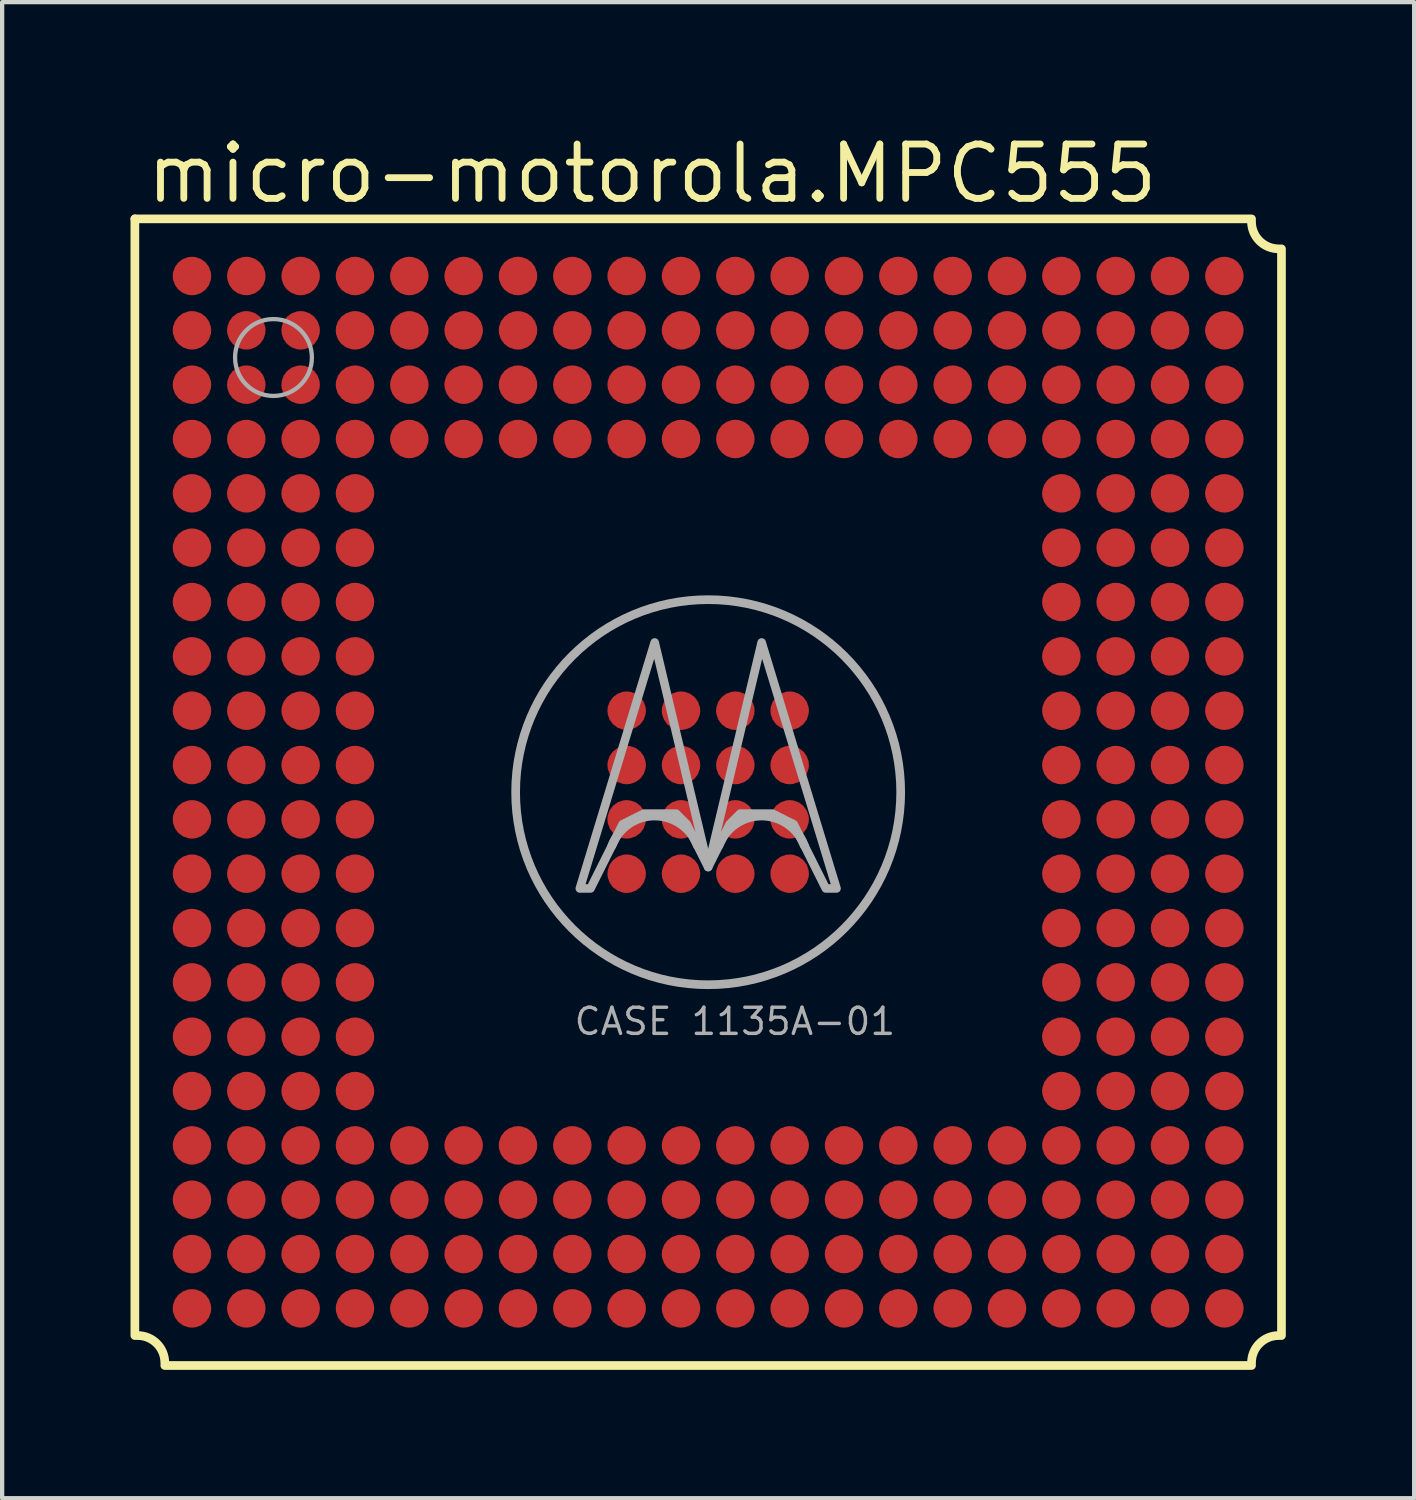
<source format=kicad_pcb>
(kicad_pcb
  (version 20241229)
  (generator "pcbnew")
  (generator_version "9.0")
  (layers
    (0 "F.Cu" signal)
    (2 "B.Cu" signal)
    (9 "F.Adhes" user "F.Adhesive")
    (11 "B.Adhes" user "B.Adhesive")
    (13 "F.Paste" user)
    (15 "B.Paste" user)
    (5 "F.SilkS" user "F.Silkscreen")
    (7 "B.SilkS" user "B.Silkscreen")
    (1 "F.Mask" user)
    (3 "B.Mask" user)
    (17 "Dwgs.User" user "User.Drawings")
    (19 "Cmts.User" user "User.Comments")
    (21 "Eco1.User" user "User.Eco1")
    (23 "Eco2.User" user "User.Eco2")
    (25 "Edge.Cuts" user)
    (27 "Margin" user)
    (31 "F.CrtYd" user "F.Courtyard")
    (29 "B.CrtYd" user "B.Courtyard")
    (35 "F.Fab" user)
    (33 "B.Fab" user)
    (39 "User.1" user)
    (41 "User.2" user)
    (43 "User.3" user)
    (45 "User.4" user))
  (footprint "micro-motorola.MPC555"
    (layer "F.Cu")
    (at 13.502 15.466)
    (property "Reference" "micro-motorola.MPC555" (at -13.208 -13.716 0) (layer "F.SilkS") (effects (font (size 1.27 1.27) (thickness 0.16)) (justify left bottom)))
    (attr smd)
    (fp_line (start -13.4 -13.4) (end -13.4 12.7) (stroke (width 0.203) (type default)) (layer "F.SilkS"))
    (fp_line (start -12.7 13.4) (end 12.7 13.4) (stroke (width 0.203) (type default)) (layer "F.SilkS"))
    (fp_line (start 12.7 -13.4) (end -13.4 -13.4) (stroke (width 0.203) (type default)) (layer "F.SilkS"))
    (fp_line (start 13.4 12.7) (end 13.4 -12.7) (stroke (width 0.203) (type default)) (layer "F.SilkS"))
    (fp_arc (start -13.335 12.7) (mid -12.885987 12.885987) (end -12.7 13.335) (stroke (width 0.2032) (type default)) (layer "F.SilkS"))
    (fp_arc (start 12.7 13.335) (mid 12.885987 12.885987) (end 13.335 12.7) (stroke (width 0.2032) (type default)) (layer "F.SilkS"))
    (fp_arc (start 13.335 -12.7) (mid 12.885987 -12.885987) (end 12.7 -13.335) (stroke (width 0.2032) (type default)) (layer "F.SilkS"))
    (fp_arc (start -2.25 1.25) (mid -1.25 0.557) (end -0.25 1.25) (stroke (width 0.2032) (type default)) (layer "F.Fab"))
    (fp_arc (start 0.25 1.25) (mid 1.25 0.557) (end 2.25 1.25) (stroke (width 0.2032) (type default)) (layer "F.Fab"))
    (fp_circle (center -10.16 -10.16) (end -9.262 -10.16) (stroke (width 0.1) (type default)) (fill no) (layer "F.Fab"))
    (fp_circle (center 0 0) (end 4.5 0) (stroke (width 0.203) (type default)) (fill no) (layer "F.Fab"))
    (fp_poly (pts (xy -3 2.25) (xy -1.25 -3.5) (xy 0 1.75) (xy -0.5 0.75) (xy -0.75 0.5) (xy -1.5 0.5) (xy -2 0.75) (xy -2.75 2.25)) (stroke (width 0.2) (type default)) (fill no) (layer "F.Fab"))
    (fp_poly (pts (xy 3 2.25) (xy 1.25 -3.5) (xy 0 1.75) (xy 0.5 0.75) (xy 0.75 0.5) (xy 1.5 0.5) (xy 2 0.75) (xy 2.75 2.25)) (stroke (width 0.2) (type default)) (fill no) (layer "F.Fab"))
    (fp_text user "CASE 1135A-01" (at -3.175 5.715 0) (layer "F.Fab") (effects (font (size 0.61 0.61) (thickness 0.08)) (justify left bottom)))
    (pad "A1" smd roundrect (at -12.065 -12.065) (size 0.9 0.9) (layers "F.Cu" "F.Mask" "F.Paste") (roundrect_rratio 0.5))
    (pad "A2" smd roundrect (at -10.795 -12.065) (size 0.9 0.9) (layers "F.Cu" "F.Mask" "F.Paste") (roundrect_rratio 0.5))
    (pad "A3" smd roundrect (at -9.525 -12.065) (size 0.9 0.9) (layers "F.Cu" "F.Mask" "F.Paste") (roundrect_rratio 0.5))
    (pad "A4" smd roundrect (at -8.255 -12.065) (size 0.9 0.9) (layers "F.Cu" "F.Mask" "F.Paste") (roundrect_rratio 0.5))
    (pad "A5" smd roundrect (at -6.985 -12.065) (size 0.9 0.9) (layers "F.Cu" "F.Mask" "F.Paste") (roundrect_rratio 0.5))
    (pad "A6" smd roundrect (at -5.715 -12.065) (size 0.9 0.9) (layers "F.Cu" "F.Mask" "F.Paste") (roundrect_rratio 0.5))
    (pad "A7" smd roundrect (at -4.445 -12.065) (size 0.9 0.9) (layers "F.Cu" "F.Mask" "F.Paste") (roundrect_rratio 0.5))
    (pad "A8" smd roundrect (at -3.175 -12.065) (size 0.9 0.9) (layers "F.Cu" "F.Mask" "F.Paste") (roundrect_rratio 0.5))
    (pad "A9" smd roundrect (at -1.905 -12.065) (size 0.9 0.9) (layers "F.Cu" "F.Mask" "F.Paste") (roundrect_rratio 0.5))
    (pad "A10" smd roundrect (at -0.635 -12.065) (size 0.9 0.9) (layers "F.Cu" "F.Mask" "F.Paste") (roundrect_rratio 0.5))
    (pad "A11" smd roundrect (at 0.635 -12.065) (size 0.9 0.9) (layers "F.Cu" "F.Mask" "F.Paste") (roundrect_rratio 0.5))
    (pad "A12" smd roundrect (at 1.905 -12.065) (size 0.9 0.9) (layers "F.Cu" "F.Mask" "F.Paste") (roundrect_rratio 0.5))
    (pad "A13" smd roundrect (at 3.175 -12.065) (size 0.9 0.9) (layers "F.Cu" "F.Mask" "F.Paste") (roundrect_rratio 0.5))
    (pad "A14" smd roundrect (at 4.445 -12.065) (size 0.9 0.9) (layers "F.Cu" "F.Mask" "F.Paste") (roundrect_rratio 0.5))
    (pad "A15" smd roundrect (at 5.715 -12.065) (size 0.9 0.9) (layers "F.Cu" "F.Mask" "F.Paste") (roundrect_rratio 0.5))
    (pad "A16" smd roundrect (at 6.985 -12.065) (size 0.9 0.9) (layers "F.Cu" "F.Mask" "F.Paste") (roundrect_rratio 0.5))
    (pad "A17" smd roundrect (at 8.255 -12.065) (size 0.9 0.9) (layers "F.Cu" "F.Mask" "F.Paste") (roundrect_rratio 0.5))
    (pad "A18" smd roundrect (at 9.525 -12.065) (size 0.9 0.9) (layers "F.Cu" "F.Mask" "F.Paste") (roundrect_rratio 0.5))
    (pad "A19" smd roundrect (at 10.795 -12.065) (size 0.9 0.9) (layers "F.Cu" "F.Mask" "F.Paste") (roundrect_rratio 0.5))
    (pad "A20" smd roundrect (at 12.065 -12.065) (size 0.9 0.9) (layers "F.Cu" "F.Mask" "F.Paste") (roundrect_rratio 0.5))
    (pad "B1" smd roundrect (at -12.065 -10.795) (size 0.9 0.9) (layers "F.Cu" "F.Mask" "F.Paste") (roundrect_rratio 0.5))
    (pad "B2" smd roundrect (at -10.795 -10.795) (size 0.9 0.9) (layers "F.Cu" "F.Mask" "F.Paste") (roundrect_rratio 0.5))
    (pad "B3" smd roundrect (at -9.525 -10.795) (size 0.9 0.9) (layers "F.Cu" "F.Mask" "F.Paste") (roundrect_rratio 0.5))
    (pad "B4" smd roundrect (at -8.255 -10.795) (size 0.9 0.9) (layers "F.Cu" "F.Mask" "F.Paste") (roundrect_rratio 0.5))
    (pad "B5" smd roundrect (at -6.985 -10.795) (size 0.9 0.9) (layers "F.Cu" "F.Mask" "F.Paste") (roundrect_rratio 0.5))
    (pad "B6" smd roundrect (at -5.715 -10.795) (size 0.9 0.9) (layers "F.Cu" "F.Mask" "F.Paste") (roundrect_rratio 0.5))
    (pad "B7" smd roundrect (at -4.445 -10.795) (size 0.9 0.9) (layers "F.Cu" "F.Mask" "F.Paste") (roundrect_rratio 0.5))
    (pad "B8" smd roundrect (at -3.175 -10.795) (size 0.9 0.9) (layers "F.Cu" "F.Mask" "F.Paste") (roundrect_rratio 0.5))
    (pad "B9" smd roundrect (at -1.905 -10.795) (size 0.9 0.9) (layers "F.Cu" "F.Mask" "F.Paste") (roundrect_rratio 0.5))
    (pad "B10" smd roundrect (at -0.635 -10.795) (size 0.9 0.9) (layers "F.Cu" "F.Mask" "F.Paste") (roundrect_rratio 0.5))
    (pad "B11" smd roundrect (at 0.635 -10.795) (size 0.9 0.9) (layers "F.Cu" "F.Mask" "F.Paste") (roundrect_rratio 0.5))
    (pad "B12" smd roundrect (at 1.905 -10.795) (size 0.9 0.9) (layers "F.Cu" "F.Mask" "F.Paste") (roundrect_rratio 0.5))
    (pad "B13" smd roundrect (at 3.175 -10.795) (size 0.9 0.9) (layers "F.Cu" "F.Mask" "F.Paste") (roundrect_rratio 0.5))
    (pad "B14" smd roundrect (at 4.445 -10.795) (size 0.9 0.9) (layers "F.Cu" "F.Mask" "F.Paste") (roundrect_rratio 0.5))
    (pad "B15" smd roundrect (at 5.715 -10.795) (size 0.9 0.9) (layers "F.Cu" "F.Mask" "F.Paste") (roundrect_rratio 0.5))
    (pad "B16" smd roundrect (at 6.985 -10.795) (size 0.9 0.9) (layers "F.Cu" "F.Mask" "F.Paste") (roundrect_rratio 0.5))
    (pad "B17" smd roundrect (at 8.255 -10.795) (size 0.9 0.9) (layers "F.Cu" "F.Mask" "F.Paste") (roundrect_rratio 0.5))
    (pad "B18" smd roundrect (at 9.525 -10.795) (size 0.9 0.9) (layers "F.Cu" "F.Mask" "F.Paste") (roundrect_rratio 0.5))
    (pad "B19" smd roundrect (at 10.795 -10.795) (size 0.9 0.9) (layers "F.Cu" "F.Mask" "F.Paste") (roundrect_rratio 0.5))
    (pad "B20" smd roundrect (at 12.065 -10.795) (size 0.9 0.9) (layers "F.Cu" "F.Mask" "F.Paste") (roundrect_rratio 0.5))
    (pad "C1" smd roundrect (at -12.065 -9.525) (size 0.9 0.9) (layers "F.Cu" "F.Mask" "F.Paste") (roundrect_rratio 0.5))
    (pad "C2" smd roundrect (at -10.795 -9.525) (size 0.9 0.9) (layers "F.Cu" "F.Mask" "F.Paste") (roundrect_rratio 0.5))
    (pad "C3" smd roundrect (at -9.525 -9.525) (size 0.9 0.9) (layers "F.Cu" "F.Mask" "F.Paste") (roundrect_rratio 0.5))
    (pad "C4" smd roundrect (at -8.255 -9.525) (size 0.9 0.9) (layers "F.Cu" "F.Mask" "F.Paste") (roundrect_rratio 0.5))
    (pad "C5" smd roundrect (at -6.985 -9.525) (size 0.9 0.9) (layers "F.Cu" "F.Mask" "F.Paste") (roundrect_rratio 0.5))
    (pad "C6" smd roundrect (at -5.715 -9.525) (size 0.9 0.9) (layers "F.Cu" "F.Mask" "F.Paste") (roundrect_rratio 0.5))
    (pad "C7" smd roundrect (at -4.445 -9.525) (size 0.9 0.9) (layers "F.Cu" "F.Mask" "F.Paste") (roundrect_rratio 0.5))
    (pad "C8" smd roundrect (at -3.175 -9.525) (size 0.9 0.9) (layers "F.Cu" "F.Mask" "F.Paste") (roundrect_rratio 0.5))
    (pad "C9" smd roundrect (at -1.905 -9.525) (size 0.9 0.9) (layers "F.Cu" "F.Mask" "F.Paste") (roundrect_rratio 0.5))
    (pad "C10" smd roundrect (at -0.635 -9.525) (size 0.9 0.9) (layers "F.Cu" "F.Mask" "F.Paste") (roundrect_rratio 0.5))
    (pad "C11" smd roundrect (at 0.635 -9.525) (size 0.9 0.9) (layers "F.Cu" "F.Mask" "F.Paste") (roundrect_rratio 0.5))
    (pad "C12" smd roundrect (at 1.905 -9.525) (size 0.9 0.9) (layers "F.Cu" "F.Mask" "F.Paste") (roundrect_rratio 0.5))
    (pad "C13" smd roundrect (at 3.175 -9.525) (size 0.9 0.9) (layers "F.Cu" "F.Mask" "F.Paste") (roundrect_rratio 0.5))
    (pad "C14" smd roundrect (at 4.445 -9.525) (size 0.9 0.9) (layers "F.Cu" "F.Mask" "F.Paste") (roundrect_rratio 0.5))
    (pad "C15" smd roundrect (at 5.715 -9.525) (size 0.9 0.9) (layers "F.Cu" "F.Mask" "F.Paste") (roundrect_rratio 0.5))
    (pad "C16" smd roundrect (at 6.985 -9.525) (size 0.9 0.9) (layers "F.Cu" "F.Mask" "F.Paste") (roundrect_rratio 0.5))
    (pad "C17" smd roundrect (at 8.255 -9.525) (size 0.9 0.9) (layers "F.Cu" "F.Mask" "F.Paste") (roundrect_rratio 0.5))
    (pad "C18" smd roundrect (at 9.525 -9.525) (size 0.9 0.9) (layers "F.Cu" "F.Mask" "F.Paste") (roundrect_rratio 0.5))
    (pad "C19" smd roundrect (at 10.795 -9.525) (size 0.9 0.9) (layers "F.Cu" "F.Mask" "F.Paste") (roundrect_rratio 0.5))
    (pad "C20" smd roundrect (at 12.065 -9.525) (size 0.9 0.9) (layers "F.Cu" "F.Mask" "F.Paste") (roundrect_rratio 0.5))
    (pad "D1" smd roundrect (at -12.065 -8.255) (size 0.9 0.9) (layers "F.Cu" "F.Mask" "F.Paste") (roundrect_rratio 0.5))
    (pad "D2" smd roundrect (at -10.795 -8.255) (size 0.9 0.9) (layers "F.Cu" "F.Mask" "F.Paste") (roundrect_rratio 0.5))
    (pad "D3" smd roundrect (at -9.525 -8.255) (size 0.9 0.9) (layers "F.Cu" "F.Mask" "F.Paste") (roundrect_rratio 0.5))
    (pad "D4" smd roundrect (at -8.255 -8.255) (size 0.9 0.9) (layers "F.Cu" "F.Mask" "F.Paste") (roundrect_rratio 0.5))
    (pad "D5" smd roundrect (at -6.985 -8.255) (size 0.9 0.9) (layers "F.Cu" "F.Mask" "F.Paste") (roundrect_rratio 0.5))
    (pad "D6" smd roundrect (at -5.715 -8.255) (size 0.9 0.9) (layers "F.Cu" "F.Mask" "F.Paste") (roundrect_rratio 0.5))
    (pad "D7" smd roundrect (at -4.445 -8.255) (size 0.9 0.9) (layers "F.Cu" "F.Mask" "F.Paste") (roundrect_rratio 0.5))
    (pad "D8" smd roundrect (at -3.175 -8.255) (size 0.9 0.9) (layers "F.Cu" "F.Mask" "F.Paste") (roundrect_rratio 0.5))
    (pad "D9" smd roundrect (at -1.905 -8.255) (size 0.9 0.9) (layers "F.Cu" "F.Mask" "F.Paste") (roundrect_rratio 0.5))
    (pad "D10" smd roundrect (at -0.635 -8.255) (size 0.9 0.9) (layers "F.Cu" "F.Mask" "F.Paste") (roundrect_rratio 0.5))
    (pad "D11" smd roundrect (at 0.635 -8.255) (size 0.9 0.9) (layers "F.Cu" "F.Mask" "F.Paste") (roundrect_rratio 0.5))
    (pad "D12" smd roundrect (at 1.905 -8.255) (size 0.9 0.9) (layers "F.Cu" "F.Mask" "F.Paste") (roundrect_rratio 0.5))
    (pad "D13" smd roundrect (at 3.175 -8.255) (size 0.9 0.9) (layers "F.Cu" "F.Mask" "F.Paste") (roundrect_rratio 0.5))
    (pad "D14" smd roundrect (at 4.445 -8.255) (size 0.9 0.9) (layers "F.Cu" "F.Mask" "F.Paste") (roundrect_rratio 0.5))
    (pad "D15" smd roundrect (at 5.715 -8.255) (size 0.9 0.9) (layers "F.Cu" "F.Mask" "F.Paste") (roundrect_rratio 0.5))
    (pad "D16" smd roundrect (at 6.985 -8.255) (size 0.9 0.9) (layers "F.Cu" "F.Mask" "F.Paste") (roundrect_rratio 0.5))
    (pad "D17" smd roundrect (at 8.255 -8.255) (size 0.9 0.9) (layers "F.Cu" "F.Mask" "F.Paste") (roundrect_rratio 0.5))
    (pad "D18" smd roundrect (at 9.525 -8.255) (size 0.9 0.9) (layers "F.Cu" "F.Mask" "F.Paste") (roundrect_rratio 0.5))
    (pad "D19" smd roundrect (at 10.795 -8.255) (size 0.9 0.9) (layers "F.Cu" "F.Mask" "F.Paste") (roundrect_rratio 0.5))
    (pad "D20" smd roundrect (at 12.065 -8.255) (size 0.9 0.9) (layers "F.Cu" "F.Mask" "F.Paste") (roundrect_rratio 0.5))
    (pad "E1" smd roundrect (at -12.065 -6.985) (size 0.9 0.9) (layers "F.Cu" "F.Mask" "F.Paste") (roundrect_rratio 0.5))
    (pad "E2" smd roundrect (at -10.795 -6.985) (size 0.9 0.9) (layers "F.Cu" "F.Mask" "F.Paste") (roundrect_rratio 0.5))
    (pad "E3" smd roundrect (at -9.525 -6.985) (size 0.9 0.9) (layers "F.Cu" "F.Mask" "F.Paste") (roundrect_rratio 0.5))
    (pad "E4" smd roundrect (at -8.255 -6.985) (size 0.9 0.9) (layers "F.Cu" "F.Mask" "F.Paste") (roundrect_rratio 0.5))
    (pad "E17" smd roundrect (at 8.255 -6.985) (size 0.9 0.9) (layers "F.Cu" "F.Mask" "F.Paste") (roundrect_rratio 0.5))
    (pad "E18" smd roundrect (at 9.525 -6.985) (size 0.9 0.9) (layers "F.Cu" "F.Mask" "F.Paste") (roundrect_rratio 0.5))
    (pad "E19" smd roundrect (at 10.795 -6.985) (size 0.9 0.9) (layers "F.Cu" "F.Mask" "F.Paste") (roundrect_rratio 0.5))
    (pad "E20" smd roundrect (at 12.065 -6.985) (size 0.9 0.9) (layers "F.Cu" "F.Mask" "F.Paste") (roundrect_rratio 0.5))
    (pad "F1" smd roundrect (at -12.065 -5.715) (size 0.9 0.9) (layers "F.Cu" "F.Mask" "F.Paste") (roundrect_rratio 0.5))
    (pad "F2" smd roundrect (at -10.795 -5.715) (size 0.9 0.9) (layers "F.Cu" "F.Mask" "F.Paste") (roundrect_rratio 0.5))
    (pad "F3" smd roundrect (at -9.525 -5.715) (size 0.9 0.9) (layers "F.Cu" "F.Mask" "F.Paste") (roundrect_rratio 0.5))
    (pad "F4" smd roundrect (at -8.255 -5.715) (size 0.9 0.9) (layers "F.Cu" "F.Mask" "F.Paste") (roundrect_rratio 0.5))
    (pad "F17" smd roundrect (at 8.255 -5.715) (size 0.9 0.9) (layers "F.Cu" "F.Mask" "F.Paste") (roundrect_rratio 0.5))
    (pad "F18" smd roundrect (at 9.525 -5.715) (size 0.9 0.9) (layers "F.Cu" "F.Mask" "F.Paste") (roundrect_rratio 0.5))
    (pad "F19" smd roundrect (at 10.795 -5.715) (size 0.9 0.9) (layers "F.Cu" "F.Mask" "F.Paste") (roundrect_rratio 0.5))
    (pad "F20" smd roundrect (at 12.065 -5.715) (size 0.9 0.9) (layers "F.Cu" "F.Mask" "F.Paste") (roundrect_rratio 0.5))
    (pad "G1" smd roundrect (at -12.065 -4.445) (size 0.9 0.9) (layers "F.Cu" "F.Mask" "F.Paste") (roundrect_rratio 0.5))
    (pad "G2" smd roundrect (at -10.795 -4.445) (size 0.9 0.9) (layers "F.Cu" "F.Mask" "F.Paste") (roundrect_rratio 0.5))
    (pad "G3" smd roundrect (at -9.525 -4.445) (size 0.9 0.9) (layers "F.Cu" "F.Mask" "F.Paste") (roundrect_rratio 0.5))
    (pad "G4" smd roundrect (at -8.255 -4.445) (size 0.9 0.9) (layers "F.Cu" "F.Mask" "F.Paste") (roundrect_rratio 0.5))
    (pad "G17" smd roundrect (at 8.255 -4.445) (size 0.9 0.9) (layers "F.Cu" "F.Mask" "F.Paste") (roundrect_rratio 0.5))
    (pad "G18" smd roundrect (at 9.525 -4.445) (size 0.9 0.9) (layers "F.Cu" "F.Mask" "F.Paste") (roundrect_rratio 0.5))
    (pad "G19" smd roundrect (at 10.795 -4.445) (size 0.9 0.9) (layers "F.Cu" "F.Mask" "F.Paste") (roundrect_rratio 0.5))
    (pad "G20" smd roundrect (at 12.065 -4.445) (size 0.9 0.9) (layers "F.Cu" "F.Mask" "F.Paste") (roundrect_rratio 0.5))
    (pad "H1" smd roundrect (at -12.065 -3.175) (size 0.9 0.9) (layers "F.Cu" "F.Mask" "F.Paste") (roundrect_rratio 0.5))
    (pad "H2" smd roundrect (at -10.795 -3.175) (size 0.9 0.9) (layers "F.Cu" "F.Mask" "F.Paste") (roundrect_rratio 0.5))
    (pad "H3" smd roundrect (at -9.525 -3.175) (size 0.9 0.9) (layers "F.Cu" "F.Mask" "F.Paste") (roundrect_rratio 0.5))
    (pad "H4" smd roundrect (at -8.255 -3.175) (size 0.9 0.9) (layers "F.Cu" "F.Mask" "F.Paste") (roundrect_rratio 0.5))
    (pad "H17" smd roundrect (at 8.255 -3.175) (size 0.9 0.9) (layers "F.Cu" "F.Mask" "F.Paste") (roundrect_rratio 0.5))
    (pad "H18" smd roundrect (at 9.525 -3.175) (size 0.9 0.9) (layers "F.Cu" "F.Mask" "F.Paste") (roundrect_rratio 0.5))
    (pad "H19" smd roundrect (at 10.795 -3.175) (size 0.9 0.9) (layers "F.Cu" "F.Mask" "F.Paste") (roundrect_rratio 0.5))
    (pad "H20" smd roundrect (at 12.065 -3.175) (size 0.9 0.9) (layers "F.Cu" "F.Mask" "F.Paste") (roundrect_rratio 0.5))
    (pad "J1" smd roundrect (at -12.065 -1.905) (size 0.9 0.9) (layers "F.Cu" "F.Mask" "F.Paste") (roundrect_rratio 0.5))
    (pad "J2" smd roundrect (at -10.795 -1.905) (size 0.9 0.9) (layers "F.Cu" "F.Mask" "F.Paste") (roundrect_rratio 0.5))
    (pad "J3" smd roundrect (at -9.525 -1.905) (size 0.9 0.9) (layers "F.Cu" "F.Mask" "F.Paste") (roundrect_rratio 0.5))
    (pad "J4" smd roundrect (at -8.255 -1.905) (size 0.9 0.9) (layers "F.Cu" "F.Mask" "F.Paste") (roundrect_rratio 0.5))
    (pad "J9" smd roundrect (at -1.905 -1.905) (size 0.9 0.9) (layers "F.Cu" "F.Mask" "F.Paste") (roundrect_rratio 0.5))
    (pad "J10" smd roundrect (at -0.635 -1.905) (size 0.9 0.9) (layers "F.Cu" "F.Mask" "F.Paste") (roundrect_rratio 0.5))
    (pad "J11" smd roundrect (at 0.635 -1.905) (size 0.9 0.9) (layers "F.Cu" "F.Mask" "F.Paste") (roundrect_rratio 0.5))
    (pad "J12" smd roundrect (at 1.905 -1.905) (size 0.9 0.9) (layers "F.Cu" "F.Mask" "F.Paste") (roundrect_rratio 0.5))
    (pad "J17" smd roundrect (at 8.255 -1.905) (size 0.9 0.9) (layers "F.Cu" "F.Mask" "F.Paste") (roundrect_rratio 0.5))
    (pad "J18" smd roundrect (at 9.525 -1.905) (size 0.9 0.9) (layers "F.Cu" "F.Mask" "F.Paste") (roundrect_rratio 0.5))
    (pad "J19" smd roundrect (at 10.795 -1.905) (size 0.9 0.9) (layers "F.Cu" "F.Mask" "F.Paste") (roundrect_rratio 0.5))
    (pad "J20" smd roundrect (at 12.065 -1.905) (size 0.9 0.9) (layers "F.Cu" "F.Mask" "F.Paste") (roundrect_rratio 0.5))
    (pad "K1" smd roundrect (at -12.065 -0.635) (size 0.9 0.9) (layers "F.Cu" "F.Mask" "F.Paste") (roundrect_rratio 0.5))
    (pad "K2" smd roundrect (at -10.795 -0.635) (size 0.9 0.9) (layers "F.Cu" "F.Mask" "F.Paste") (roundrect_rratio 0.5))
    (pad "K3" smd roundrect (at -9.525 -0.635) (size 0.9 0.9) (layers "F.Cu" "F.Mask" "F.Paste") (roundrect_rratio 0.5))
    (pad "K4" smd roundrect (at -8.255 -0.635) (size 0.9 0.9) (layers "F.Cu" "F.Mask" "F.Paste") (roundrect_rratio 0.5))
    (pad "K9" smd roundrect (at -1.905 -0.635) (size 0.9 0.9) (layers "F.Cu" "F.Mask" "F.Paste") (roundrect_rratio 0.5))
    (pad "K10" smd roundrect (at -0.635 -0.635) (size 0.9 0.9) (layers "F.Cu" "F.Mask" "F.Paste") (roundrect_rratio 0.5))
    (pad "K11" smd roundrect (at 0.635 -0.635) (size 0.9 0.9) (layers "F.Cu" "F.Mask" "F.Paste") (roundrect_rratio 0.5))
    (pad "K12" smd roundrect (at 1.905 -0.635) (size 0.9 0.9) (layers "F.Cu" "F.Mask" "F.Paste") (roundrect_rratio 0.5))
    (pad "K17" smd roundrect (at 8.255 -0.635) (size 0.9 0.9) (layers "F.Cu" "F.Mask" "F.Paste") (roundrect_rratio 0.5))
    (pad "K18" smd roundrect (at 9.525 -0.635) (size 0.9 0.9) (layers "F.Cu" "F.Mask" "F.Paste") (roundrect_rratio 0.5))
    (pad "K19" smd roundrect (at 10.795 -0.635) (size 0.9 0.9) (layers "F.Cu" "F.Mask" "F.Paste") (roundrect_rratio 0.5))
    (pad "K20" smd roundrect (at 12.065 -0.635) (size 0.9 0.9) (layers "F.Cu" "F.Mask" "F.Paste") (roundrect_rratio 0.5))
    (pad "L1" smd roundrect (at -12.065 0.635) (size 0.9 0.9) (layers "F.Cu" "F.Mask" "F.Paste") (roundrect_rratio 0.5))
    (pad "L2" smd roundrect (at -10.795 0.635) (size 0.9 0.9) (layers "F.Cu" "F.Mask" "F.Paste") (roundrect_rratio 0.5))
    (pad "L3" smd roundrect (at -9.525 0.635) (size 0.9 0.9) (layers "F.Cu" "F.Mask" "F.Paste") (roundrect_rratio 0.5))
    (pad "L4" smd roundrect (at -8.255 0.635) (size 0.9 0.9) (layers "F.Cu" "F.Mask" "F.Paste") (roundrect_rratio 0.5))
    (pad "L9" smd roundrect (at -1.905 0.635) (size 0.9 0.9) (layers "F.Cu" "F.Mask" "F.Paste") (roundrect_rratio 0.5))
    (pad "L10" smd roundrect (at -0.635 0.635) (size 0.9 0.9) (layers "F.Cu" "F.Mask" "F.Paste") (roundrect_rratio 0.5))
    (pad "L11" smd roundrect (at 0.635 0.635) (size 0.9 0.9) (layers "F.Cu" "F.Mask" "F.Paste") (roundrect_rratio 0.5))
    (pad "L12" smd roundrect (at 1.905 0.635) (size 0.9 0.9) (layers "F.Cu" "F.Mask" "F.Paste") (roundrect_rratio 0.5))
    (pad "L17" smd roundrect (at 8.255 0.635) (size 0.9 0.9) (layers "F.Cu" "F.Mask" "F.Paste") (roundrect_rratio 0.5))
    (pad "L18" smd roundrect (at 9.525 0.635) (size 0.9 0.9) (layers "F.Cu" "F.Mask" "F.Paste") (roundrect_rratio 0.5))
    (pad "L19" smd roundrect (at 10.795 0.635) (size 0.9 0.9) (layers "F.Cu" "F.Mask" "F.Paste") (roundrect_rratio 0.5))
    (pad "L20" smd roundrect (at 12.065 0.635) (size 0.9 0.9) (layers "F.Cu" "F.Mask" "F.Paste") (roundrect_rratio 0.5))
    (pad "M1" smd roundrect (at -12.065 1.905) (size 0.9 0.9) (layers "F.Cu" "F.Mask" "F.Paste") (roundrect_rratio 0.5))
    (pad "M2" smd roundrect (at -10.795 1.905) (size 0.9 0.9) (layers "F.Cu" "F.Mask" "F.Paste") (roundrect_rratio 0.5))
    (pad "M3" smd roundrect (at -9.525 1.905) (size 0.9 0.9) (layers "F.Cu" "F.Mask" "F.Paste") (roundrect_rratio 0.5))
    (pad "M4" smd roundrect (at -8.255 1.905) (size 0.9 0.9) (layers "F.Cu" "F.Mask" "F.Paste") (roundrect_rratio 0.5))
    (pad "M9" smd roundrect (at -1.905 1.905) (size 0.9 0.9) (layers "F.Cu" "F.Mask" "F.Paste") (roundrect_rratio 0.5))
    (pad "M10" smd roundrect (at -0.635 1.905) (size 0.9 0.9) (layers "F.Cu" "F.Mask" "F.Paste") (roundrect_rratio 0.5))
    (pad "M11" smd roundrect (at 0.635 1.905) (size 0.9 0.9) (layers "F.Cu" "F.Mask" "F.Paste") (roundrect_rratio 0.5))
    (pad "M12" smd roundrect (at 1.905 1.905) (size 0.9 0.9) (layers "F.Cu" "F.Mask" "F.Paste") (roundrect_rratio 0.5))
    (pad "M17" smd roundrect (at 8.255 1.905) (size 0.9 0.9) (layers "F.Cu" "F.Mask" "F.Paste") (roundrect_rratio 0.5))
    (pad "M18" smd roundrect (at 9.525 1.905) (size 0.9 0.9) (layers "F.Cu" "F.Mask" "F.Paste") (roundrect_rratio 0.5))
    (pad "M19" smd roundrect (at 10.795 1.905) (size 0.9 0.9) (layers "F.Cu" "F.Mask" "F.Paste") (roundrect_rratio 0.5))
    (pad "M20" smd roundrect (at 12.065 1.905) (size 0.9 0.9) (layers "F.Cu" "F.Mask" "F.Paste") (roundrect_rratio 0.5))
    (pad "N1" smd roundrect (at -12.065 3.175) (size 0.9 0.9) (layers "F.Cu" "F.Mask" "F.Paste") (roundrect_rratio 0.5))
    (pad "N2" smd roundrect (at -10.795 3.175) (size 0.9 0.9) (layers "F.Cu" "F.Mask" "F.Paste") (roundrect_rratio 0.5))
    (pad "N3" smd roundrect (at -9.525 3.175) (size 0.9 0.9) (layers "F.Cu" "F.Mask" "F.Paste") (roundrect_rratio 0.5))
    (pad "N4" smd roundrect (at -8.255 3.175) (size 0.9 0.9) (layers "F.Cu" "F.Mask" "F.Paste") (roundrect_rratio 0.5))
    (pad "N17" smd roundrect (at 8.255 3.175) (size 0.9 0.9) (layers "F.Cu" "F.Mask" "F.Paste") (roundrect_rratio 0.5))
    (pad "N18" smd roundrect (at 9.525 3.175) (size 0.9 0.9) (layers "F.Cu" "F.Mask" "F.Paste") (roundrect_rratio 0.5))
    (pad "N19" smd roundrect (at 10.795 3.175) (size 0.9 0.9) (layers "F.Cu" "F.Mask" "F.Paste") (roundrect_rratio 0.5))
    (pad "N20" smd roundrect (at 12.065 3.175) (size 0.9 0.9) (layers "F.Cu" "F.Mask" "F.Paste") (roundrect_rratio 0.5))
    (pad "P1" smd roundrect (at -12.065 4.445) (size 0.9 0.9) (layers "F.Cu" "F.Mask" "F.Paste") (roundrect_rratio 0.5))
    (pad "P2" smd roundrect (at -10.795 4.445) (size 0.9 0.9) (layers "F.Cu" "F.Mask" "F.Paste") (roundrect_rratio 0.5))
    (pad "P3" smd roundrect (at -9.525 4.445) (size 0.9 0.9) (layers "F.Cu" "F.Mask" "F.Paste") (roundrect_rratio 0.5))
    (pad "P4" smd roundrect (at -8.255 4.445) (size 0.9 0.9) (layers "F.Cu" "F.Mask" "F.Paste") (roundrect_rratio 0.5))
    (pad "P17" smd roundrect (at 8.255 4.445) (size 0.9 0.9) (layers "F.Cu" "F.Mask" "F.Paste") (roundrect_rratio 0.5))
    (pad "P18" smd roundrect (at 9.525 4.445) (size 0.9 0.9) (layers "F.Cu" "F.Mask" "F.Paste") (roundrect_rratio 0.5))
    (pad "P19" smd roundrect (at 10.795 4.445) (size 0.9 0.9) (layers "F.Cu" "F.Mask" "F.Paste") (roundrect_rratio 0.5))
    (pad "P20" smd roundrect (at 12.065 4.445) (size 0.9 0.9) (layers "F.Cu" "F.Mask" "F.Paste") (roundrect_rratio 0.5))
    (pad "R1" smd roundrect (at -12.065 5.715) (size 0.9 0.9) (layers "F.Cu" "F.Mask" "F.Paste") (roundrect_rratio 0.5))
    (pad "R2" smd roundrect (at -10.795 5.715) (size 0.9 0.9) (layers "F.Cu" "F.Mask" "F.Paste") (roundrect_rratio 0.5))
    (pad "R3" smd roundrect (at -9.525 5.715) (size 0.9 0.9) (layers "F.Cu" "F.Mask" "F.Paste") (roundrect_rratio 0.5))
    (pad "R4" smd roundrect (at -8.255 5.715) (size 0.9 0.9) (layers "F.Cu" "F.Mask" "F.Paste") (roundrect_rratio 0.5))
    (pad "R17" smd roundrect (at 8.255 5.715) (size 0.9 0.9) (layers "F.Cu" "F.Mask" "F.Paste") (roundrect_rratio 0.5))
    (pad "R18" smd roundrect (at 9.525 5.715) (size 0.9 0.9) (layers "F.Cu" "F.Mask" "F.Paste") (roundrect_rratio 0.5))
    (pad "R19" smd roundrect (at 10.795 5.715) (size 0.9 0.9) (layers "F.Cu" "F.Mask" "F.Paste") (roundrect_rratio 0.5))
    (pad "R20" smd roundrect (at 12.065 5.715) (size 0.9 0.9) (layers "F.Cu" "F.Mask" "F.Paste") (roundrect_rratio 0.5))
    (pad "T1" smd roundrect (at -12.065 6.985) (size 0.9 0.9) (layers "F.Cu" "F.Mask" "F.Paste") (roundrect_rratio 0.5))
    (pad "T2" smd roundrect (at -10.795 6.985) (size 0.9 0.9) (layers "F.Cu" "F.Mask" "F.Paste") (roundrect_rratio 0.5))
    (pad "T3" smd roundrect (at -9.525 6.985) (size 0.9 0.9) (layers "F.Cu" "F.Mask" "F.Paste") (roundrect_rratio 0.5))
    (pad "T4" smd roundrect (at -8.255 6.985) (size 0.9 0.9) (layers "F.Cu" "F.Mask" "F.Paste") (roundrect_rratio 0.5))
    (pad "T17" smd roundrect (at 8.255 6.985) (size 0.9 0.9) (layers "F.Cu" "F.Mask" "F.Paste") (roundrect_rratio 0.5))
    (pad "T18" smd roundrect (at 9.525 6.985) (size 0.9 0.9) (layers "F.Cu" "F.Mask" "F.Paste") (roundrect_rratio 0.5))
    (pad "T19" smd roundrect (at 10.795 6.985) (size 0.9 0.9) (layers "F.Cu" "F.Mask" "F.Paste") (roundrect_rratio 0.5))
    (pad "T20" smd roundrect (at 12.065 6.985) (size 0.9 0.9) (layers "F.Cu" "F.Mask" "F.Paste") (roundrect_rratio 0.5))
    (pad "U1" smd roundrect (at -12.065 8.255) (size 0.9 0.9) (layers "F.Cu" "F.Mask" "F.Paste") (roundrect_rratio 0.5))
    (pad "U2" smd roundrect (at -10.795 8.255) (size 0.9 0.9) (layers "F.Cu" "F.Mask" "F.Paste") (roundrect_rratio 0.5))
    (pad "U3" smd roundrect (at -9.525 8.255) (size 0.9 0.9) (layers "F.Cu" "F.Mask" "F.Paste") (roundrect_rratio 0.5))
    (pad "U4" smd roundrect (at -8.255 8.255) (size 0.9 0.9) (layers "F.Cu" "F.Mask" "F.Paste") (roundrect_rratio 0.5))
    (pad "U5" smd roundrect (at -6.985 8.255) (size 0.9 0.9) (layers "F.Cu" "F.Mask" "F.Paste") (roundrect_rratio 0.5))
    (pad "U6" smd roundrect (at -5.715 8.255) (size 0.9 0.9) (layers "F.Cu" "F.Mask" "F.Paste") (roundrect_rratio 0.5))
    (pad "U7" smd roundrect (at -4.445 8.255) (size 0.9 0.9) (layers "F.Cu" "F.Mask" "F.Paste") (roundrect_rratio 0.5))
    (pad "U8" smd roundrect (at -3.175 8.255) (size 0.9 0.9) (layers "F.Cu" "F.Mask" "F.Paste") (roundrect_rratio 0.5))
    (pad "U9" smd roundrect (at -1.905 8.255) (size 0.9 0.9) (layers "F.Cu" "F.Mask" "F.Paste") (roundrect_rratio 0.5))
    (pad "U10" smd roundrect (at -0.635 8.255) (size 0.9 0.9) (layers "F.Cu" "F.Mask" "F.Paste") (roundrect_rratio 0.5))
    (pad "U11" smd roundrect (at 0.635 8.255) (size 0.9 0.9) (layers "F.Cu" "F.Mask" "F.Paste") (roundrect_rratio 0.5))
    (pad "U12" smd roundrect (at 1.905 8.255) (size 0.9 0.9) (layers "F.Cu" "F.Mask" "F.Paste") (roundrect_rratio 0.5))
    (pad "U13" smd roundrect (at 3.175 8.255) (size 0.9 0.9) (layers "F.Cu" "F.Mask" "F.Paste") (roundrect_rratio 0.5))
    (pad "U14" smd roundrect (at 4.445 8.255) (size 0.9 0.9) (layers "F.Cu" "F.Mask" "F.Paste") (roundrect_rratio 0.5))
    (pad "U15" smd roundrect (at 5.715 8.255) (size 0.9 0.9) (layers "F.Cu" "F.Mask" "F.Paste") (roundrect_rratio 0.5))
    (pad "U16" smd roundrect (at 6.985 8.255) (size 0.9 0.9) (layers "F.Cu" "F.Mask" "F.Paste") (roundrect_rratio 0.5))
    (pad "U17" smd roundrect (at 8.255 8.255) (size 0.9 0.9) (layers "F.Cu" "F.Mask" "F.Paste") (roundrect_rratio 0.5))
    (pad "U18" smd roundrect (at 9.525 8.255) (size 0.9 0.9) (layers "F.Cu" "F.Mask" "F.Paste") (roundrect_rratio 0.5))
    (pad "U19" smd roundrect (at 10.795 8.255) (size 0.9 0.9) (layers "F.Cu" "F.Mask" "F.Paste") (roundrect_rratio 0.5))
    (pad "U20" smd roundrect (at 12.065 8.255) (size 0.9 0.9) (layers "F.Cu" "F.Mask" "F.Paste") (roundrect_rratio 0.5))
    (pad "V1" smd roundrect (at -12.065 9.525) (size 0.9 0.9) (layers "F.Cu" "F.Mask" "F.Paste") (roundrect_rratio 0.5))
    (pad "V2" smd roundrect (at -10.795 9.525) (size 0.9 0.9) (layers "F.Cu" "F.Mask" "F.Paste") (roundrect_rratio 0.5))
    (pad "V3" smd roundrect (at -9.525 9.525) (size 0.9 0.9) (layers "F.Cu" "F.Mask" "F.Paste") (roundrect_rratio 0.5))
    (pad "V4" smd roundrect (at -8.255 9.525) (size 0.9 0.9) (layers "F.Cu" "F.Mask" "F.Paste") (roundrect_rratio 0.5))
    (pad "V5" smd roundrect (at -6.985 9.525) (size 0.9 0.9) (layers "F.Cu" "F.Mask" "F.Paste") (roundrect_rratio 0.5))
    (pad "V6" smd roundrect (at -5.715 9.525) (size 0.9 0.9) (layers "F.Cu" "F.Mask" "F.Paste") (roundrect_rratio 0.5))
    (pad "V7" smd roundrect (at -4.445 9.525) (size 0.9 0.9) (layers "F.Cu" "F.Mask" "F.Paste") (roundrect_rratio 0.5))
    (pad "V8" smd roundrect (at -3.175 9.525) (size 0.9 0.9) (layers "F.Cu" "F.Mask" "F.Paste") (roundrect_rratio 0.5))
    (pad "V9" smd roundrect (at -1.905 9.525) (size 0.9 0.9) (layers "F.Cu" "F.Mask" "F.Paste") (roundrect_rratio 0.5))
    (pad "V10" smd roundrect (at -0.635 9.525) (size 0.9 0.9) (layers "F.Cu" "F.Mask" "F.Paste") (roundrect_rratio 0.5))
    (pad "V11" smd roundrect (at 0.635 9.525) (size 0.9 0.9) (layers "F.Cu" "F.Mask" "F.Paste") (roundrect_rratio 0.5))
    (pad "V12" smd roundrect (at 1.905 9.525) (size 0.9 0.9) (layers "F.Cu" "F.Mask" "F.Paste") (roundrect_rratio 0.5))
    (pad "V13" smd roundrect (at 3.175 9.525) (size 0.9 0.9) (layers "F.Cu" "F.Mask" "F.Paste") (roundrect_rratio 0.5))
    (pad "V14" smd roundrect (at 4.445 9.525) (size 0.9 0.9) (layers "F.Cu" "F.Mask" "F.Paste") (roundrect_rratio 0.5))
    (pad "V15" smd roundrect (at 5.715 9.525) (size 0.9 0.9) (layers "F.Cu" "F.Mask" "F.Paste") (roundrect_rratio 0.5))
    (pad "V16" smd roundrect (at 6.985 9.525) (size 0.9 0.9) (layers "F.Cu" "F.Mask" "F.Paste") (roundrect_rratio 0.5))
    (pad "V17" smd roundrect (at 8.255 9.525) (size 0.9 0.9) (layers "F.Cu" "F.Mask" "F.Paste") (roundrect_rratio 0.5))
    (pad "V18" smd roundrect (at 9.525 9.525) (size 0.9 0.9) (layers "F.Cu" "F.Mask" "F.Paste") (roundrect_rratio 0.5))
    (pad "V19" smd roundrect (at 10.795 9.525) (size 0.9 0.9) (layers "F.Cu" "F.Mask" "F.Paste") (roundrect_rratio 0.5))
    (pad "V20" smd roundrect (at 12.065 9.525) (size 0.9 0.9) (layers "F.Cu" "F.Mask" "F.Paste") (roundrect_rratio 0.5))
    (pad "W1" smd roundrect (at -12.065 10.795) (size 0.9 0.9) (layers "F.Cu" "F.Mask" "F.Paste") (roundrect_rratio 0.5))
    (pad "W2" smd roundrect (at -10.795 10.795) (size 0.9 0.9) (layers "F.Cu" "F.Mask" "F.Paste") (roundrect_rratio 0.5))
    (pad "W3" smd roundrect (at -9.525 10.795) (size 0.9 0.9) (layers "F.Cu" "F.Mask" "F.Paste") (roundrect_rratio 0.5))
    (pad "W4" smd roundrect (at -8.255 10.795) (size 0.9 0.9) (layers "F.Cu" "F.Mask" "F.Paste") (roundrect_rratio 0.5))
    (pad "W5" smd roundrect (at -6.985 10.795) (size 0.9 0.9) (layers "F.Cu" "F.Mask" "F.Paste") (roundrect_rratio 0.5))
    (pad "W6" smd roundrect (at -5.715 10.795) (size 0.9 0.9) (layers "F.Cu" "F.Mask" "F.Paste") (roundrect_rratio 0.5))
    (pad "W7" smd roundrect (at -4.445 10.795) (size 0.9 0.9) (layers "F.Cu" "F.Mask" "F.Paste") (roundrect_rratio 0.5))
    (pad "W8" smd roundrect (at -3.175 10.795) (size 0.9 0.9) (layers "F.Cu" "F.Mask" "F.Paste") (roundrect_rratio 0.5))
    (pad "W9" smd roundrect (at -1.905 10.795) (size 0.9 0.9) (layers "F.Cu" "F.Mask" "F.Paste") (roundrect_rratio 0.5))
    (pad "W10" smd roundrect (at -0.635 10.795) (size 0.9 0.9) (layers "F.Cu" "F.Mask" "F.Paste") (roundrect_rratio 0.5))
    (pad "W11" smd roundrect (at 0.635 10.795) (size 0.9 0.9) (layers "F.Cu" "F.Mask" "F.Paste") (roundrect_rratio 0.5))
    (pad "W12" smd roundrect (at 1.905 10.795) (size 0.9 0.9) (layers "F.Cu" "F.Mask" "F.Paste") (roundrect_rratio 0.5))
    (pad "W13" smd roundrect (at 3.175 10.795) (size 0.9 0.9) (layers "F.Cu" "F.Mask" "F.Paste") (roundrect_rratio 0.5))
    (pad "W14" smd roundrect (at 4.445 10.795) (size 0.9 0.9) (layers "F.Cu" "F.Mask" "F.Paste") (roundrect_rratio 0.5))
    (pad "W15" smd roundrect (at 5.715 10.795) (size 0.9 0.9) (layers "F.Cu" "F.Mask" "F.Paste") (roundrect_rratio 0.5))
    (pad "W16" smd roundrect (at 6.985 10.795) (size 0.9 0.9) (layers "F.Cu" "F.Mask" "F.Paste") (roundrect_rratio 0.5))
    (pad "W17" smd roundrect (at 8.255 10.795) (size 0.9 0.9) (layers "F.Cu" "F.Mask" "F.Paste") (roundrect_rratio 0.5))
    (pad "W18" smd roundrect (at 9.525 10.795) (size 0.9 0.9) (layers "F.Cu" "F.Mask" "F.Paste") (roundrect_rratio 0.5))
    (pad "W19" smd roundrect (at 10.795 10.795) (size 0.9 0.9) (layers "F.Cu" "F.Mask" "F.Paste") (roundrect_rratio 0.5))
    (pad "W20" smd roundrect (at 12.065 10.795) (size 0.9 0.9) (layers "F.Cu" "F.Mask" "F.Paste") (roundrect_rratio 0.5))
    (pad "Y1" smd roundrect (at -12.065 12.065) (size 0.9 0.9) (layers "F.Cu" "F.Mask" "F.Paste") (roundrect_rratio 0.5))
    (pad "Y2" smd roundrect (at -10.795 12.065) (size 0.9 0.9) (layers "F.Cu" "F.Mask" "F.Paste") (roundrect_rratio 0.5))
    (pad "Y3" smd roundrect (at -9.525 12.065) (size 0.9 0.9) (layers "F.Cu" "F.Mask" "F.Paste") (roundrect_rratio 0.5))
    (pad "Y4" smd roundrect (at -8.255 12.065) (size 0.9 0.9) (layers "F.Cu" "F.Mask" "F.Paste") (roundrect_rratio 0.5))
    (pad "Y5" smd roundrect (at -6.985 12.065) (size 0.9 0.9) (layers "F.Cu" "F.Mask" "F.Paste") (roundrect_rratio 0.5))
    (pad "Y6" smd roundrect (at -5.715 12.065) (size 0.9 0.9) (layers "F.Cu" "F.Mask" "F.Paste") (roundrect_rratio 0.5))
    (pad "Y7" smd roundrect (at -4.445 12.065) (size 0.9 0.9) (layers "F.Cu" "F.Mask" "F.Paste") (roundrect_rratio 0.5))
    (pad "Y8" smd roundrect (at -3.175 12.065) (size 0.9 0.9) (layers "F.Cu" "F.Mask" "F.Paste") (roundrect_rratio 0.5))
    (pad "Y9" smd roundrect (at -1.905 12.065) (size 0.9 0.9) (layers "F.Cu" "F.Mask" "F.Paste") (roundrect_rratio 0.5))
    (pad "Y10" smd roundrect (at -0.635 12.065) (size 0.9 0.9) (layers "F.Cu" "F.Mask" "F.Paste") (roundrect_rratio 0.5))
    (pad "Y11" smd roundrect (at 0.635 12.065) (size 0.9 0.9) (layers "F.Cu" "F.Mask" "F.Paste") (roundrect_rratio 0.5))
    (pad "Y12" smd roundrect (at 1.905 12.065) (size 0.9 0.9) (layers "F.Cu" "F.Mask" "F.Paste") (roundrect_rratio 0.5))
    (pad "Y13" smd roundrect (at 3.175 12.065) (size 0.9 0.9) (layers "F.Cu" "F.Mask" "F.Paste") (roundrect_rratio 0.5))
    (pad "Y14" smd roundrect (at 4.445 12.065) (size 0.9 0.9) (layers "F.Cu" "F.Mask" "F.Paste") (roundrect_rratio 0.5))
    (pad "Y15" smd roundrect (at 5.715 12.065) (size 0.9 0.9) (layers "F.Cu" "F.Mask" "F.Paste") (roundrect_rratio 0.5))
    (pad "Y16" smd roundrect (at 6.985 12.065) (size 0.9 0.9) (layers "F.Cu" "F.Mask" "F.Paste") (roundrect_rratio 0.5))
    (pad "Y17" smd roundrect (at 8.255 12.065) (size 0.9 0.9) (layers "F.Cu" "F.Mask" "F.Paste") (roundrect_rratio 0.5))
    (pad "Y18" smd roundrect (at 9.525 12.065) (size 0.9 0.9) (layers "F.Cu" "F.Mask" "F.Paste") (roundrect_rratio 0.5))
    (pad "Y19" smd roundrect (at 10.795 12.065) (size 0.9 0.9) (layers "F.Cu" "F.Mask" "F.Paste") (roundrect_rratio 0.5))
    (pad "Y20" smd roundrect (at 12.065 12.065) (size 0.9 0.9) (layers "F.Cu" "F.Mask" "F.Paste") (roundrect_rratio 0.5)))
  (gr_rect
    (start -3 -3)
    (end 30.003 31.968)
    (stroke (width 0.1) (type default))
    (fill no)
    (layer "Edge.Cuts")))
</source>
